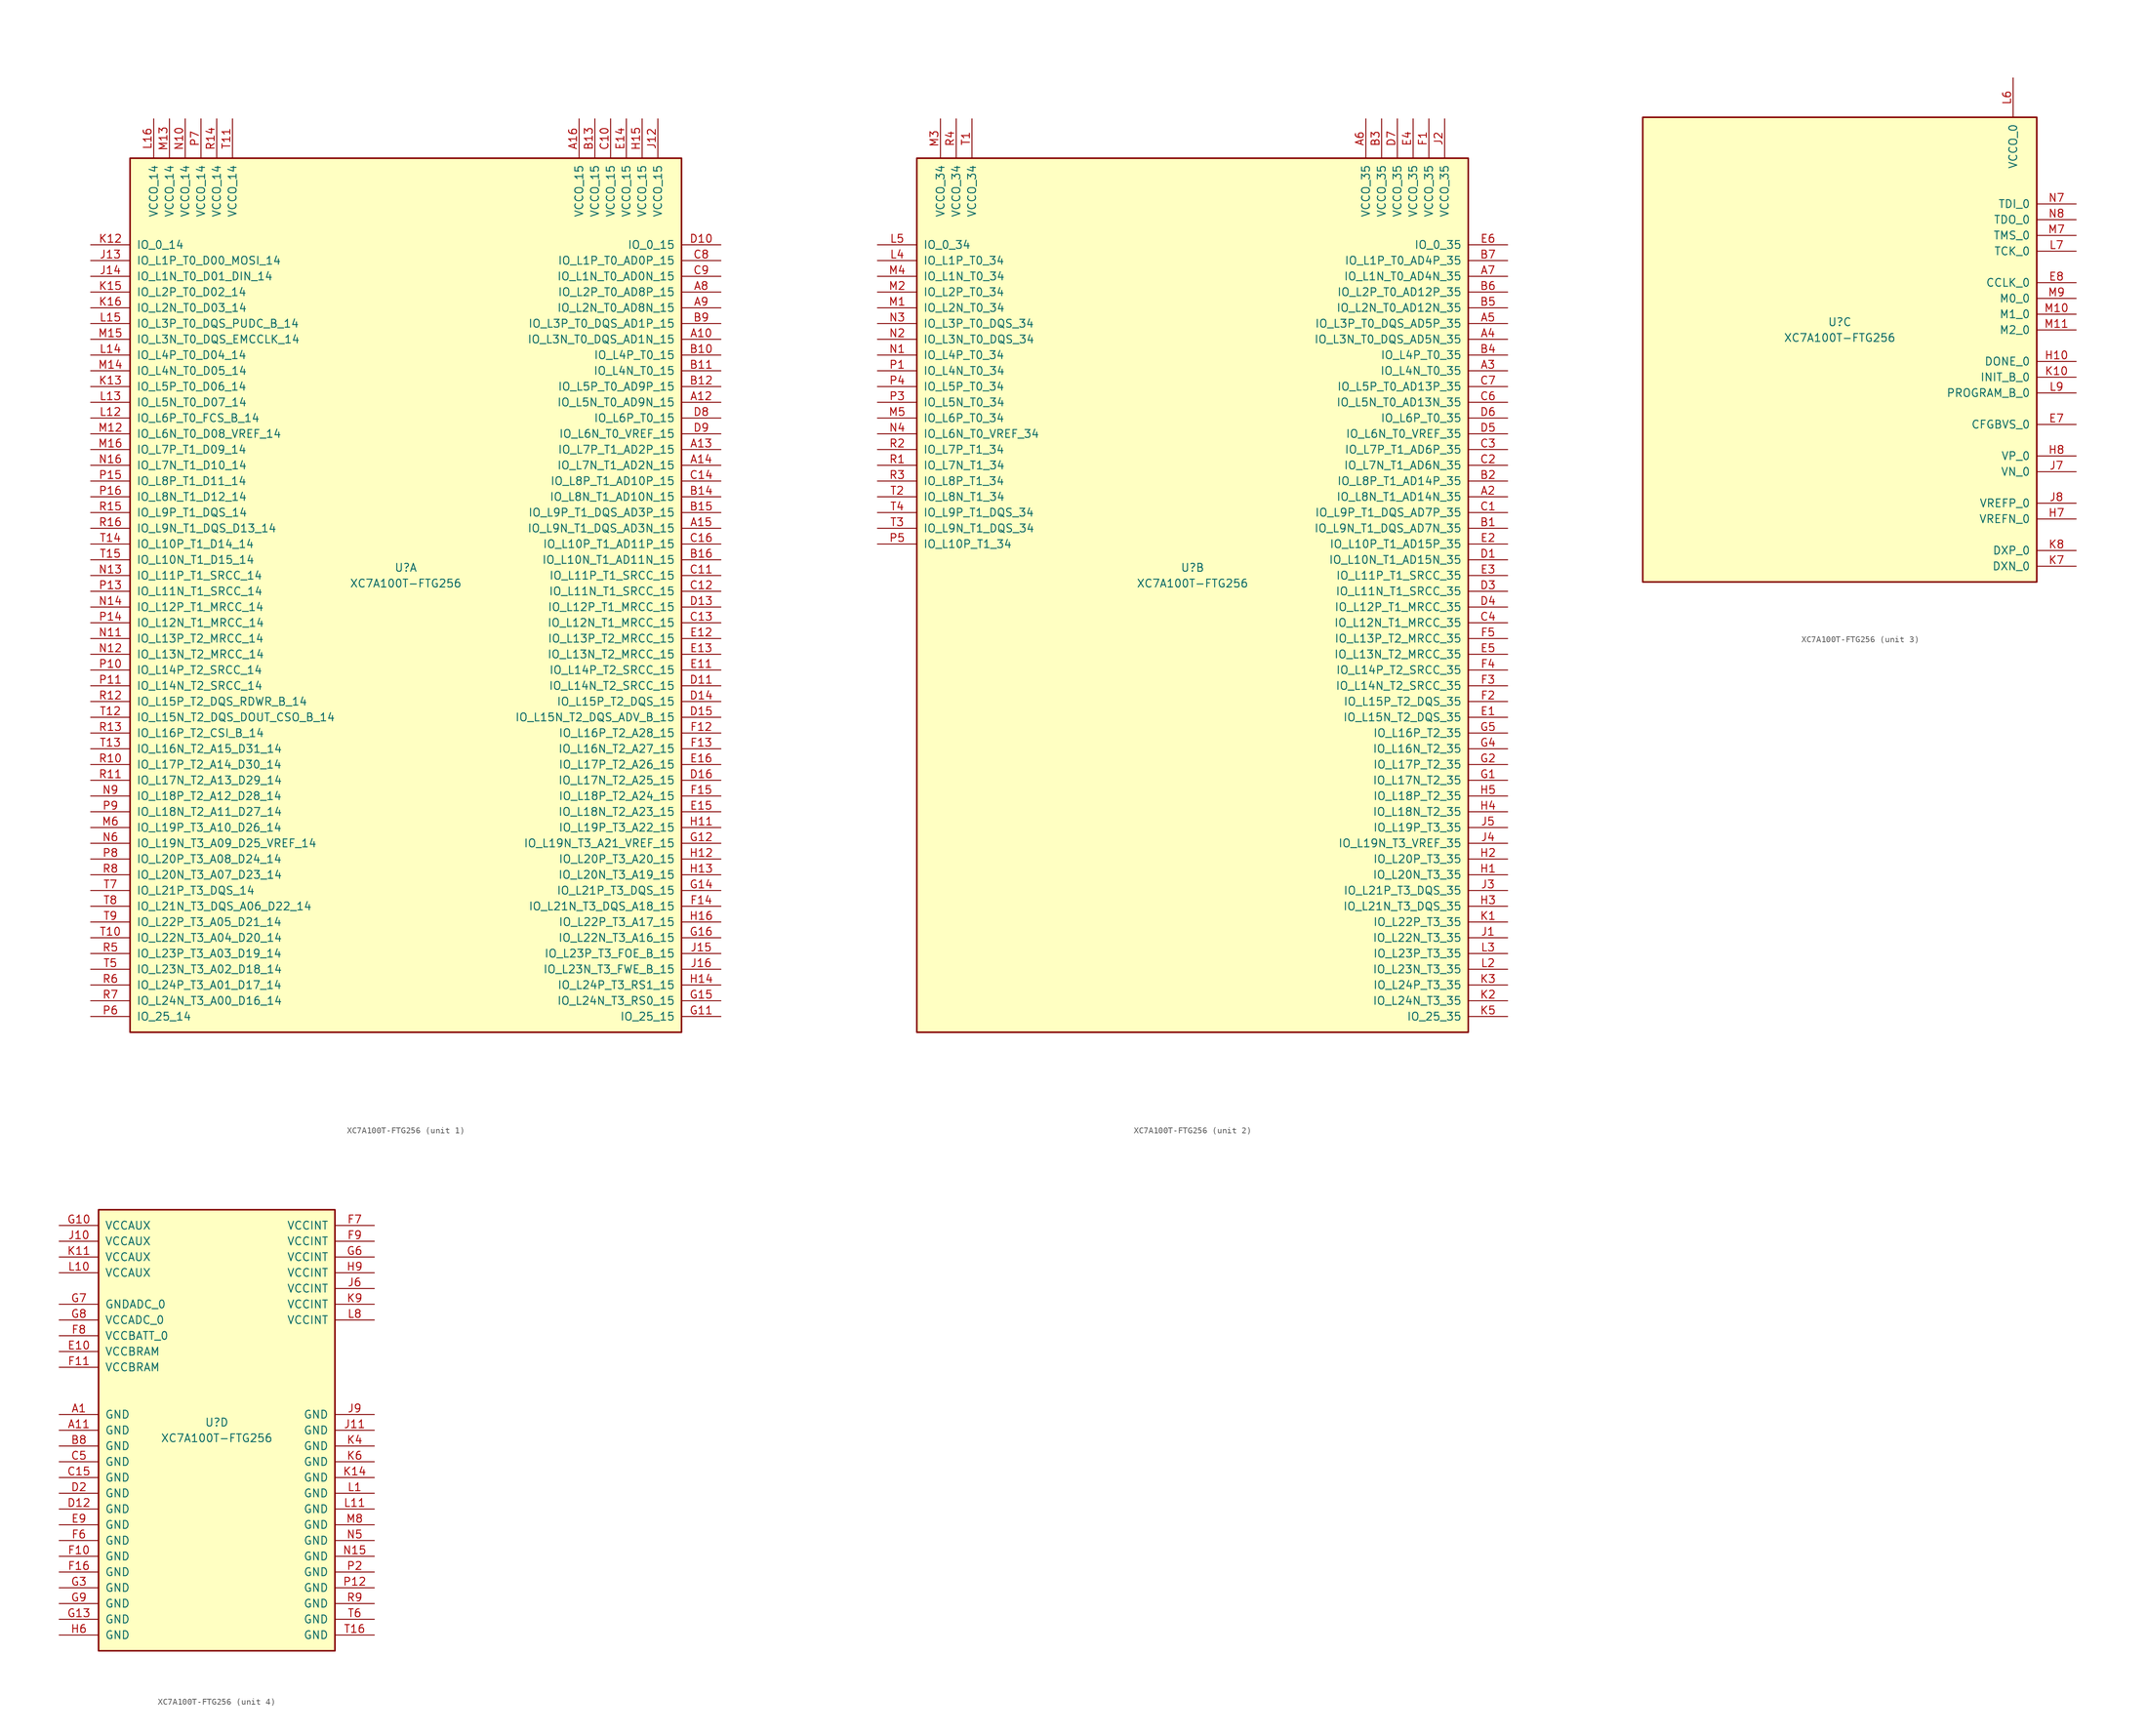
<source format=kicad_sym>
(kicad_symbol_lib
  (version 20201005)
  (generator kicad_symbol_editor)
  (symbol "FPGA_Xilinx_Artix7:XC7A100T-FTG256"
    (pin_names
      (offset 1.016))
    (property "Reference" "U"
      (at 0 1.27 0)
      (effects (font (size 1.27 1.27))))
    (property "Value" "XC7A100T-FTG256"
      (at 0 -1.27 0)
      (effects (font (size 1.27 1.27))))
    (property "Datasheet" ""
      (at 0 0 0)
      (effects (font (size 1.27 1.27))))
    (property "ki_locked" ""
      (at 0 0 0)
      (effects (font (size 1.27 1.27))))
    (symbol "XC7A100T-FTG256_1_1"
      (rectangle (start -44.45 67.31) (end 44.45 -73.66) (stroke (width 0.254)) (fill (type background)))
      (pin power_in line (at -40.64 73.66 270) (length 6.35) (name "VCCO_14" (effects (font (size 1.27 1.27)))) (number "L16" (effects (font (size 1.27 1.27)))))
      (pin power_in line (at -38.1 73.66 270) (length 6.35) (name "VCCO_14" (effects (font (size 1.27 1.27)))) (number "M13" (effects (font (size 1.27 1.27)))))
      (pin power_in line (at -35.56 73.66 270) (length 6.35) (name "VCCO_14" (effects (font (size 1.27 1.27)))) (number "N10" (effects (font (size 1.27 1.27)))))
      (pin power_in line (at -33.02 73.66 270) (length 6.35) (name "VCCO_14" (effects (font (size 1.27 1.27)))) (number "P7" (effects (font (size 1.27 1.27)))))
      (pin power_in line (at -30.48 73.66 270) (length 6.35) (name "VCCO_14" (effects (font (size 1.27 1.27)))) (number "R14" (effects (font (size 1.27 1.27)))))
      (pin power_in line (at -27.94 73.66 270) (length 6.35) (name "VCCO_14" (effects (font (size 1.27 1.27)))) (number "T11" (effects (font (size 1.27 1.27)))))
      (pin bidirectional line (at -50.8 53.34 0) (length 6.35) (name "IO_0_14" (effects (font (size 1.27 1.27)))) (number "K12" (effects (font (size 1.27 1.27)))))
      (pin bidirectional line (at -50.8 50.8 0) (length 6.35) (name "IO_L1P_T0_D00_MOSI_14" (effects (font (size 1.27 1.27)))) (number "J13" (effects (font (size 1.27 1.27)))))
      (pin bidirectional line (at -50.8 48.26 0) (length 6.35) (name "IO_L1N_T0_D01_DIN_14" (effects (font (size 1.27 1.27)))) (number "J14" (effects (font (size 1.27 1.27)))))
      (pin bidirectional line (at -50.8 45.72 0) (length 6.35) (name "IO_L2P_T0_D02_14" (effects (font (size 1.27 1.27)))) (number "K15" (effects (font (size 1.27 1.27)))))
      (pin bidirectional line (at -50.8 43.18 0) (length 6.35) (name "IO_L2N_T0_D03_14" (effects (font (size 1.27 1.27)))) (number "K16" (effects (font (size 1.27 1.27)))))
      (pin bidirectional line (at -50.8 40.64 0) (length 6.35) (name "IO_L3P_T0_DQS_PUDC_B_14" (effects (font (size 1.27 1.27)))) (number "L15" (effects (font (size 1.27 1.27)))))
      (pin bidirectional line (at -50.8 38.1 0) (length 6.35) (name "IO_L3N_T0_DQS_EMCCLK_14" (effects (font (size 1.27 1.27)))) (number "M15" (effects (font (size 1.27 1.27)))))
      (pin bidirectional line (at -50.8 35.56 0) (length 6.35) (name "IO_L4P_T0_D04_14" (effects (font (size 1.27 1.27)))) (number "L14" (effects (font (size 1.27 1.27)))))
      (pin bidirectional line (at -50.8 33.02 0) (length 6.35) (name "IO_L4N_T0_D05_14" (effects (font (size 1.27 1.27)))) (number "M14" (effects (font (size 1.27 1.27)))))
      (pin bidirectional line (at -50.8 30.48 0) (length 6.35) (name "IO_L5P_T0_D06_14" (effects (font (size 1.27 1.27)))) (number "K13" (effects (font (size 1.27 1.27)))))
      (pin bidirectional line (at -50.8 27.94 0) (length 6.35) (name "IO_L5N_T0_D07_14" (effects (font (size 1.27 1.27)))) (number "L13" (effects (font (size 1.27 1.27)))))
      (pin bidirectional line (at -50.8 25.4 0) (length 6.35) (name "IO_L6P_T0_FCS_B_14" (effects (font (size 1.27 1.27)))) (number "L12" (effects (font (size 1.27 1.27)))))
      (pin bidirectional line (at -50.8 22.86 0) (length 6.35) (name "IO_L6N_T0_D08_VREF_14" (effects (font (size 1.27 1.27)))) (number "M12" (effects (font (size 1.27 1.27)))))
      (pin bidirectional line (at -50.8 20.32 0) (length 6.35) (name "IO_L7P_T1_D09_14" (effects (font (size 1.27 1.27)))) (number "M16" (effects (font (size 1.27 1.27)))))
      (pin bidirectional line (at -50.8 17.78 0) (length 6.35) (name "IO_L7N_T1_D10_14" (effects (font (size 1.27 1.27)))) (number "N16" (effects (font (size 1.27 1.27)))))
      (pin bidirectional line (at -50.8 15.24 0) (length 6.35) (name "IO_L8P_T1_D11_14" (effects (font (size 1.27 1.27)))) (number "P15" (effects (font (size 1.27 1.27)))))
      (pin bidirectional line (at -50.8 12.7 0) (length 6.35) (name "IO_L8N_T1_D12_14" (effects (font (size 1.27 1.27)))) (number "P16" (effects (font (size 1.27 1.27)))))
      (pin bidirectional line (at -50.8 10.16 0) (length 6.35) (name "IO_L9P_T1_DQS_14" (effects (font (size 1.27 1.27)))) (number "R15" (effects (font (size 1.27 1.27)))))
      (pin bidirectional line (at -50.8 7.62 0) (length 6.35) (name "IO_L9N_T1_DQS_D13_14" (effects (font (size 1.27 1.27)))) (number "R16" (effects (font (size 1.27 1.27)))))
      (pin bidirectional line (at -50.8 5.08 0) (length 6.35) (name "IO_L10P_T1_D14_14" (effects (font (size 1.27 1.27)))) (number "T14" (effects (font (size 1.27 1.27)))))
      (pin bidirectional line (at -50.8 2.54 0) (length 6.35) (name "IO_L10N_T1_D15_14" (effects (font (size 1.27 1.27)))) (number "T15" (effects (font (size 1.27 1.27)))))
      (pin bidirectional line (at -50.8 0 0) (length 6.35) (name "IO_L11P_T1_SRCC_14" (effects (font (size 1.27 1.27)))) (number "N13" (effects (font (size 1.27 1.27)))))
      (pin bidirectional line (at -50.8 -2.54 0) (length 6.35) (name "IO_L11N_T1_SRCC_14" (effects (font (size 1.27 1.27)))) (number "P13" (effects (font (size 1.27 1.27)))))
      (pin bidirectional line (at -50.8 -5.08 0) (length 6.35) (name "IO_L12P_T1_MRCC_14" (effects (font (size 1.27 1.27)))) (number "N14" (effects (font (size 1.27 1.27)))))
      (pin bidirectional line (at -50.8 -7.62 0) (length 6.35) (name "IO_L12N_T1_MRCC_14" (effects (font (size 1.27 1.27)))) (number "P14" (effects (font (size 1.27 1.27)))))
      (pin bidirectional line (at -50.8 -10.16 0) (length 6.35) (name "IO_L13P_T2_MRCC_14" (effects (font (size 1.27 1.27)))) (number "N11" (effects (font (size 1.27 1.27)))))
      (pin bidirectional line (at -50.8 -12.7 0) (length 6.35) (name "IO_L13N_T2_MRCC_14" (effects (font (size 1.27 1.27)))) (number "N12" (effects (font (size 1.27 1.27)))))
      (pin bidirectional line (at -50.8 -15.24 0) (length 6.35) (name "IO_L14P_T2_SRCC_14" (effects (font (size 1.27 1.27)))) (number "P10" (effects (font (size 1.27 1.27)))))
      (pin bidirectional line (at -50.8 -17.78 0) (length 6.35) (name "IO_L14N_T2_SRCC_14" (effects (font (size 1.27 1.27)))) (number "P11" (effects (font (size 1.27 1.27)))))
      (pin bidirectional line (at -50.8 -20.32 0) (length 6.35) (name "IO_L15P_T2_DQS_RDWR_B_14" (effects (font (size 1.27 1.27)))) (number "R12" (effects (font (size 1.27 1.27)))))
      (pin bidirectional line (at -50.8 -22.86 0) (length 6.35) (name "IO_L15N_T2_DQS_DOUT_CSO_B_14" (effects (font (size 1.27 1.27)))) (number "T12" (effects (font (size 1.27 1.27)))))
      (pin bidirectional line (at -50.8 -25.4 0) (length 6.35) (name "IO_L16P_T2_CSI_B_14" (effects (font (size 1.27 1.27)))) (number "R13" (effects (font (size 1.27 1.27)))))
      (pin bidirectional line (at -50.8 -27.94 0) (length 6.35) (name "IO_L16N_T2_A15_D31_14" (effects (font (size 1.27 1.27)))) (number "T13" (effects (font (size 1.27 1.27)))))
      (pin bidirectional line (at -50.8 -30.48 0) (length 6.35) (name "IO_L17P_T2_A14_D30_14" (effects (font (size 1.27 1.27)))) (number "R10" (effects (font (size 1.27 1.27)))))
      (pin bidirectional line (at -50.8 -33.02 0) (length 6.35) (name "IO_L17N_T2_A13_D29_14" (effects (font (size 1.27 1.27)))) (number "R11" (effects (font (size 1.27 1.27)))))
      (pin bidirectional line (at -50.8 -35.56 0) (length 6.35) (name "IO_L18P_T2_A12_D28_14" (effects (font (size 1.27 1.27)))) (number "N9" (effects (font (size 1.27 1.27)))))
      (pin bidirectional line (at -50.8 -38.1 0) (length 6.35) (name "IO_L18N_T2_A11_D27_14" (effects (font (size 1.27 1.27)))) (number "P9" (effects (font (size 1.27 1.27)))))
      (pin bidirectional line (at -50.8 -40.64 0) (length 6.35) (name "IO_L19P_T3_A10_D26_14" (effects (font (size 1.27 1.27)))) (number "M6" (effects (font (size 1.27 1.27)))))
      (pin bidirectional line (at -50.8 -43.18 0) (length 6.35) (name "IO_L19N_T3_A09_D25_VREF_14" (effects (font (size 1.27 1.27)))) (number "N6" (effects (font (size 1.27 1.27)))))
      (pin bidirectional line (at -50.8 -45.72 0) (length 6.35) (name "IO_L20P_T3_A08_D24_14" (effects (font (size 1.27 1.27)))) (number "P8" (effects (font (size 1.27 1.27)))))
      (pin bidirectional line (at -50.8 -48.26 0) (length 6.35) (name "IO_L20N_T3_A07_D23_14" (effects (font (size 1.27 1.27)))) (number "R8" (effects (font (size 1.27 1.27)))))
      (pin bidirectional line (at -50.8 -50.8 0) (length 6.35) (name "IO_L21P_T3_DQS_14" (effects (font (size 1.27 1.27)))) (number "T7" (effects (font (size 1.27 1.27)))))
      (pin bidirectional line (at -50.8 -53.34 0) (length 6.35) (name "IO_L21N_T3_DQS_A06_D22_14" (effects (font (size 1.27 1.27)))) (number "T8" (effects (font (size 1.27 1.27)))))
      (pin bidirectional line (at -50.8 -55.88 0) (length 6.35) (name "IO_L22P_T3_A05_D21_14" (effects (font (size 1.27 1.27)))) (number "T9" (effects (font (size 1.27 1.27)))))
      (pin bidirectional line (at -50.8 -58.42 0) (length 6.35) (name "IO_L22N_T3_A04_D20_14" (effects (font (size 1.27 1.27)))) (number "T10" (effects (font (size 1.27 1.27)))))
      (pin bidirectional line (at -50.8 -60.96 0) (length 6.35) (name "IO_L23P_T3_A03_D19_14" (effects (font (size 1.27 1.27)))) (number "R5" (effects (font (size 1.27 1.27)))))
      (pin bidirectional line (at -50.8 -63.5 0) (length 6.35) (name "IO_L23N_T3_A02_D18_14" (effects (font (size 1.27 1.27)))) (number "T5" (effects (font (size 1.27 1.27)))))
      (pin bidirectional line (at -50.8 -66.04 0) (length 6.35) (name "IO_L24P_T3_A01_D17_14" (effects (font (size 1.27 1.27)))) (number "R6" (effects (font (size 1.27 1.27)))))
      (pin bidirectional line (at -50.8 -68.58 0) (length 6.35) (name "IO_L24N_T3_A00_D16_14" (effects (font (size 1.27 1.27)))) (number "R7" (effects (font (size 1.27 1.27)))))
      (pin bidirectional line (at -50.8 -71.12 0) (length 6.35) (name "IO_25_14" (effects (font (size 1.27 1.27)))) (number "P6" (effects (font (size 1.27 1.27)))))
      (pin power_in line (at 27.94 73.66 270) (length 6.35) (name "VCCO_15" (effects (font (size 1.27 1.27)))) (number "A16" (effects (font (size 1.27 1.27)))))
      (pin power_in line (at 30.48 73.66 270) (length 6.35) (name "VCCO_15" (effects (font (size 1.27 1.27)))) (number "B13" (effects (font (size 1.27 1.27)))))
      (pin power_in line (at 33.02 73.66 270) (length 6.35) (name "VCCO_15" (effects (font (size 1.27 1.27)))) (number "C10" (effects (font (size 1.27 1.27)))))
      (pin power_in line (at 35.56 73.66 270) (length 6.35) (name "VCCO_15" (effects (font (size 1.27 1.27)))) (number "E14" (effects (font (size 1.27 1.27)))))
      (pin power_in line (at 38.1 73.66 270) (length 6.35) (name "VCCO_15" (effects (font (size 1.27 1.27)))) (number "H15" (effects (font (size 1.27 1.27)))))
      (pin power_in line (at 40.64 73.66 270) (length 6.35) (name "VCCO_15" (effects (font (size 1.27 1.27)))) (number "J12" (effects (font (size 1.27 1.27)))))
      (pin bidirectional line (at 50.8 53.34 180) (length 6.35) (name "IO_0_15" (effects (font (size 1.27 1.27)))) (number "D10" (effects (font (size 1.27 1.27)))))
      (pin bidirectional line (at 50.8 50.8 180) (length 6.35) (name "IO_L1P_T0_AD0P_15" (effects (font (size 1.27 1.27)))) (number "C8" (effects (font (size 1.27 1.27)))))
      (pin bidirectional line (at 50.8 48.26 180) (length 6.35) (name "IO_L1N_T0_AD0N_15" (effects (font (size 1.27 1.27)))) (number "C9" (effects (font (size 1.27 1.27)))))
      (pin bidirectional line (at 50.8 45.72 180) (length 6.35) (name "IO_L2P_T0_AD8P_15" (effects (font (size 1.27 1.27)))) (number "A8" (effects (font (size 1.27 1.27)))))
      (pin bidirectional line (at 50.8 43.18 180) (length 6.35) (name "IO_L2N_T0_AD8N_15" (effects (font (size 1.27 1.27)))) (number "A9" (effects (font (size 1.27 1.27)))))
      (pin bidirectional line (at 50.8 40.64 180) (length 6.35) (name "IO_L3P_T0_DQS_AD1P_15" (effects (font (size 1.27 1.27)))) (number "B9" (effects (font (size 1.27 1.27)))))
      (pin bidirectional line (at 50.8 38.1 180) (length 6.35) (name "IO_L3N_T0_DQS_AD1N_15" (effects (font (size 1.27 1.27)))) (number "A10" (effects (font (size 1.27 1.27)))))
      (pin bidirectional line (at 50.8 35.56 180) (length 6.35) (name "IO_L4P_T0_15" (effects (font (size 1.27 1.27)))) (number "B10" (effects (font (size 1.27 1.27)))))
      (pin bidirectional line (at 50.8 33.02 180) (length 6.35) (name "IO_L4N_T0_15" (effects (font (size 1.27 1.27)))) (number "B11" (effects (font (size 1.27 1.27)))))
      (pin bidirectional line (at 50.8 30.48 180) (length 6.35) (name "IO_L5P_T0_AD9P_15" (effects (font (size 1.27 1.27)))) (number "B12" (effects (font (size 1.27 1.27)))))
      (pin bidirectional line (at 50.8 27.94 180) (length 6.35) (name "IO_L5N_T0_AD9N_15" (effects (font (size 1.27 1.27)))) (number "A12" (effects (font (size 1.27 1.27)))))
      (pin bidirectional line (at 50.8 25.4 180) (length 6.35) (name "IO_L6P_T0_15" (effects (font (size 1.27 1.27)))) (number "D8" (effects (font (size 1.27 1.27)))))
      (pin bidirectional line (at 50.8 22.86 180) (length 6.35) (name "IO_L6N_T0_VREF_15" (effects (font (size 1.27 1.27)))) (number "D9" (effects (font (size 1.27 1.27)))))
      (pin bidirectional line (at 50.8 20.32 180) (length 6.35) (name "IO_L7P_T1_AD2P_15" (effects (font (size 1.27 1.27)))) (number "A13" (effects (font (size 1.27 1.27)))))
      (pin bidirectional line (at 50.8 17.78 180) (length 6.35) (name "IO_L7N_T1_AD2N_15" (effects (font (size 1.27 1.27)))) (number "A14" (effects (font (size 1.27 1.27)))))
      (pin bidirectional line (at 50.8 15.24 180) (length 6.35) (name "IO_L8P_T1_AD10P_15" (effects (font (size 1.27 1.27)))) (number "C14" (effects (font (size 1.27 1.27)))))
      (pin bidirectional line (at 50.8 12.7 180) (length 6.35) (name "IO_L8N_T1_AD10N_15" (effects (font (size 1.27 1.27)))) (number "B14" (effects (font (size 1.27 1.27)))))
      (pin bidirectional line (at 50.8 10.16 180) (length 6.35) (name "IO_L9P_T1_DQS_AD3P_15" (effects (font (size 1.27 1.27)))) (number "B15" (effects (font (size 1.27 1.27)))))
      (pin bidirectional line (at 50.8 7.62 180) (length 6.35) (name "IO_L9N_T1_DQS_AD3N_15" (effects (font (size 1.27 1.27)))) (number "A15" (effects (font (size 1.27 1.27)))))
      (pin bidirectional line (at 50.8 5.08 180) (length 6.35) (name "IO_L10P_T1_AD11P_15" (effects (font (size 1.27 1.27)))) (number "C16" (effects (font (size 1.27 1.27)))))
      (pin bidirectional line (at 50.8 2.54 180) (length 6.35) (name "IO_L10N_T1_AD11N_15" (effects (font (size 1.27 1.27)))) (number "B16" (effects (font (size 1.27 1.27)))))
      (pin bidirectional line (at 50.8 0 180) (length 6.35) (name "IO_L11P_T1_SRCC_15" (effects (font (size 1.27 1.27)))) (number "C11" (effects (font (size 1.27 1.27)))))
      (pin bidirectional line (at 50.8 -2.54 180) (length 6.35) (name "IO_L11N_T1_SRCC_15" (effects (font (size 1.27 1.27)))) (number "C12" (effects (font (size 1.27 1.27)))))
      (pin bidirectional line (at 50.8 -5.08 180) (length 6.35) (name "IO_L12P_T1_MRCC_15" (effects (font (size 1.27 1.27)))) (number "D13" (effects (font (size 1.27 1.27)))))
      (pin bidirectional line (at 50.8 -7.62 180) (length 6.35) (name "IO_L12N_T1_MRCC_15" (effects (font (size 1.27 1.27)))) (number "C13" (effects (font (size 1.27 1.27)))))
      (pin bidirectional line (at 50.8 -10.16 180) (length 6.35) (name "IO_L13P_T2_MRCC_15" (effects (font (size 1.27 1.27)))) (number "E12" (effects (font (size 1.27 1.27)))))
      (pin bidirectional line (at 50.8 -12.7 180) (length 6.35) (name "IO_L13N_T2_MRCC_15" (effects (font (size 1.27 1.27)))) (number "E13" (effects (font (size 1.27 1.27)))))
      (pin bidirectional line (at 50.8 -15.24 180) (length 6.35) (name "IO_L14P_T2_SRCC_15" (effects (font (size 1.27 1.27)))) (number "E11" (effects (font (size 1.27 1.27)))))
      (pin bidirectional line (at 50.8 -17.78 180) (length 6.35) (name "IO_L14N_T2_SRCC_15" (effects (font (size 1.27 1.27)))) (number "D11" (effects (font (size 1.27 1.27)))))
      (pin bidirectional line (at 50.8 -20.32 180) (length 6.35) (name "IO_L15P_T2_DQS_15" (effects (font (size 1.27 1.27)))) (number "D14" (effects (font (size 1.27 1.27)))))
      (pin bidirectional line (at 50.8 -22.86 180) (length 6.35) (name "IO_L15N_T2_DQS_ADV_B_15" (effects (font (size 1.27 1.27)))) (number "D15" (effects (font (size 1.27 1.27)))))
      (pin bidirectional line (at 50.8 -25.4 180) (length 6.35) (name "IO_L16P_T2_A28_15" (effects (font (size 1.27 1.27)))) (number "F12" (effects (font (size 1.27 1.27)))))
      (pin bidirectional line (at 50.8 -27.94 180) (length 6.35) (name "IO_L16N_T2_A27_15" (effects (font (size 1.27 1.27)))) (number "F13" (effects (font (size 1.27 1.27)))))
      (pin bidirectional line (at 50.8 -30.48 180) (length 6.35) (name "IO_L17P_T2_A26_15" (effects (font (size 1.27 1.27)))) (number "E16" (effects (font (size 1.27 1.27)))))
      (pin bidirectional line (at 50.8 -33.02 180) (length 6.35) (name "IO_L17N_T2_A25_15" (effects (font (size 1.27 1.27)))) (number "D16" (effects (font (size 1.27 1.27)))))
      (pin bidirectional line (at 50.8 -35.56 180) (length 6.35) (name "IO_L18P_T2_A24_15" (effects (font (size 1.27 1.27)))) (number "F15" (effects (font (size 1.27 1.27)))))
      (pin bidirectional line (at 50.8 -38.1 180) (length 6.35) (name "IO_L18N_T2_A23_15" (effects (font (size 1.27 1.27)))) (number "E15" (effects (font (size 1.27 1.27)))))
      (pin bidirectional line (at 50.8 -40.64 180) (length 6.35) (name "IO_L19P_T3_A22_15" (effects (font (size 1.27 1.27)))) (number "H11" (effects (font (size 1.27 1.27)))))
      (pin bidirectional line (at 50.8 -43.18 180) (length 6.35) (name "IO_L19N_T3_A21_VREF_15" (effects (font (size 1.27 1.27)))) (number "G12" (effects (font (size 1.27 1.27)))))
      (pin bidirectional line (at 50.8 -45.72 180) (length 6.35) (name "IO_L20P_T3_A20_15" (effects (font (size 1.27 1.27)))) (number "H12" (effects (font (size 1.27 1.27)))))
      (pin bidirectional line (at 50.8 -48.26 180) (length 6.35) (name "IO_L20N_T3_A19_15" (effects (font (size 1.27 1.27)))) (number "H13" (effects (font (size 1.27 1.27)))))
      (pin bidirectional line (at 50.8 -50.8 180) (length 6.35) (name "IO_L21P_T3_DQS_15" (effects (font (size 1.27 1.27)))) (number "G14" (effects (font (size 1.27 1.27)))))
      (pin bidirectional line (at 50.8 -53.34 180) (length 6.35) (name "IO_L21N_T3_DQS_A18_15" (effects (font (size 1.27 1.27)))) (number "F14" (effects (font (size 1.27 1.27)))))
      (pin bidirectional line (at 50.8 -55.88 180) (length 6.35) (name "IO_L22P_T3_A17_15" (effects (font (size 1.27 1.27)))) (number "H16" (effects (font (size 1.27 1.27)))))
      (pin bidirectional line (at 50.8 -58.42 180) (length 6.35) (name "IO_L22N_T3_A16_15" (effects (font (size 1.27 1.27)))) (number "G16" (effects (font (size 1.27 1.27)))))
      (pin bidirectional line (at 50.8 -60.96 180) (length 6.35) (name "IO_L23P_T3_FOE_B_15" (effects (font (size 1.27 1.27)))) (number "J15" (effects (font (size 1.27 1.27)))))
      (pin bidirectional line (at 50.8 -63.5 180) (length 6.35) (name "IO_L23N_T3_FWE_B_15" (effects (font (size 1.27 1.27)))) (number "J16" (effects (font (size 1.27 1.27)))))
      (pin bidirectional line (at 50.8 -66.04 180) (length 6.35) (name "IO_L24P_T3_RS1_15" (effects (font (size 1.27 1.27)))) (number "H14" (effects (font (size 1.27 1.27)))))
      (pin bidirectional line (at 50.8 -68.58 180) (length 6.35) (name "IO_L24N_T3_RS0_15" (effects (font (size 1.27 1.27)))) (number "G15" (effects (font (size 1.27 1.27)))))
      (pin bidirectional line (at 50.8 -71.12 180) (length 6.35) (name "IO_25_15" (effects (font (size 1.27 1.27)))) (number "G11" (effects (font (size 1.27 1.27))))))
    (symbol "XC7A100T-FTG256_2_1"
      (rectangle (start -44.45 67.31) (end 44.45 -73.66) (stroke (width 0.254)) (fill (type background)))
      (pin power_in line (at -40.64 73.66 270) (length 6.35) (name "VCCO_34" (effects (font (size 1.27 1.27)))) (number "M3" (effects (font (size 1.27 1.27)))))
      (pin power_in line (at -38.1 73.66 270) (length 6.35) (name "VCCO_34" (effects (font (size 1.27 1.27)))) (number "R4" (effects (font (size 1.27 1.27)))))
      (pin power_in line (at -35.56 73.66 270) (length 6.35) (name "VCCO_34" (effects (font (size 1.27 1.27)))) (number "T1" (effects (font (size 1.27 1.27)))))
      (pin bidirectional line (at -50.8 53.34 0) (length 6.35) (name "IO_0_34" (effects (font (size 1.27 1.27)))) (number "L5" (effects (font (size 1.27 1.27)))))
      (pin bidirectional line (at -50.8 50.8 0) (length 6.35) (name "IO_L1P_T0_34" (effects (font (size 1.27 1.27)))) (number "L4" (effects (font (size 1.27 1.27)))))
      (pin bidirectional line (at -50.8 48.26 0) (length 6.35) (name "IO_L1N_T0_34" (effects (font (size 1.27 1.27)))) (number "M4" (effects (font (size 1.27 1.27)))))
      (pin bidirectional line (at -50.8 45.72 0) (length 6.35) (name "IO_L2P_T0_34" (effects (font (size 1.27 1.27)))) (number "M2" (effects (font (size 1.27 1.27)))))
      (pin bidirectional line (at -50.8 43.18 0) (length 6.35) (name "IO_L2N_T0_34" (effects (font (size 1.27 1.27)))) (number "M1" (effects (font (size 1.27 1.27)))))
      (pin bidirectional line (at -50.8 40.64 0) (length 6.35) (name "IO_L3P_T0_DQS_34" (effects (font (size 1.27 1.27)))) (number "N3" (effects (font (size 1.27 1.27)))))
      (pin bidirectional line (at -50.8 38.1 0) (length 6.35) (name "IO_L3N_T0_DQS_34" (effects (font (size 1.27 1.27)))) (number "N2" (effects (font (size 1.27 1.27)))))
      (pin bidirectional line (at -50.8 35.56 0) (length 6.35) (name "IO_L4P_T0_34" (effects (font (size 1.27 1.27)))) (number "N1" (effects (font (size 1.27 1.27)))))
      (pin bidirectional line (at -50.8 33.02 0) (length 6.35) (name "IO_L4N_T0_34" (effects (font (size 1.27 1.27)))) (number "P1" (effects (font (size 1.27 1.27)))))
      (pin bidirectional line (at -50.8 30.48 0) (length 6.35) (name "IO_L5P_T0_34" (effects (font (size 1.27 1.27)))) (number "P4" (effects (font (size 1.27 1.27)))))
      (pin bidirectional line (at -50.8 27.94 0) (length 6.35) (name "IO_L5N_T0_34" (effects (font (size 1.27 1.27)))) (number "P3" (effects (font (size 1.27 1.27)))))
      (pin bidirectional line (at -50.8 25.4 0) (length 6.35) (name "IO_L6P_T0_34" (effects (font (size 1.27 1.27)))) (number "M5" (effects (font (size 1.27 1.27)))))
      (pin bidirectional line (at -50.8 22.86 0) (length 6.35) (name "IO_L6N_T0_VREF_34" (effects (font (size 1.27 1.27)))) (number "N4" (effects (font (size 1.27 1.27)))))
      (pin bidirectional line (at -50.8 20.32 0) (length 6.35) (name "IO_L7P_T1_34" (effects (font (size 1.27 1.27)))) (number "R2" (effects (font (size 1.27 1.27)))))
      (pin bidirectional line (at -50.8 17.78 0) (length 6.35) (name "IO_L7N_T1_34" (effects (font (size 1.27 1.27)))) (number "R1" (effects (font (size 1.27 1.27)))))
      (pin bidirectional line (at -50.8 15.24 0) (length 6.35) (name "IO_L8P_T1_34" (effects (font (size 1.27 1.27)))) (number "R3" (effects (font (size 1.27 1.27)))))
      (pin bidirectional line (at -50.8 12.7 0) (length 6.35) (name "IO_L8N_T1_34" (effects (font (size 1.27 1.27)))) (number "T2" (effects (font (size 1.27 1.27)))))
      (pin bidirectional line (at -50.8 10.16 0) (length 6.35) (name "IO_L9P_T1_DQS_34" (effects (font (size 1.27 1.27)))) (number "T4" (effects (font (size 1.27 1.27)))))
      (pin bidirectional line (at -50.8 7.62 0) (length 6.35) (name "IO_L9N_T1_DQS_34" (effects (font (size 1.27 1.27)))) (number "T3" (effects (font (size 1.27 1.27)))))
      (pin bidirectional line (at -50.8 5.08 0) (length 6.35) (name "IO_L10P_T1_34" (effects (font (size 1.27 1.27)))) (number "P5" (effects (font (size 1.27 1.27)))))
      (pin power_in line (at 27.94 73.66 270) (length 6.35) (name "VCCO_35" (effects (font (size 1.27 1.27)))) (number "A6" (effects (font (size 1.27 1.27)))))
      (pin power_in line (at 30.48 73.66 270) (length 6.35) (name "VCCO_35" (effects (font (size 1.27 1.27)))) (number "B3" (effects (font (size 1.27 1.27)))))
      (pin power_in line (at 33.02 73.66 270) (length 6.35) (name "VCCO_35" (effects (font (size 1.27 1.27)))) (number "D7" (effects (font (size 1.27 1.27)))))
      (pin power_in line (at 35.56 73.66 270) (length 6.35) (name "VCCO_35" (effects (font (size 1.27 1.27)))) (number "E4" (effects (font (size 1.27 1.27)))))
      (pin power_in line (at 38.1 73.66 270) (length 6.35) (name "VCCO_35" (effects (font (size 1.27 1.27)))) (number "F1" (effects (font (size 1.27 1.27)))))
      (pin power_in line (at 40.64 73.66 270) (length 6.35) (name "VCCO_35" (effects (font (size 1.27 1.27)))) (number "J2" (effects (font (size 1.27 1.27)))))
      (pin bidirectional line (at 50.8 53.34 180) (length 6.35) (name "IO_0_35" (effects (font (size 1.27 1.27)))) (number "E6" (effects (font (size 1.27 1.27)))))
      (pin bidirectional line (at 50.8 50.8 180) (length 6.35) (name "IO_L1P_T0_AD4P_35" (effects (font (size 1.27 1.27)))) (number "B7" (effects (font (size 1.27 1.27)))))
      (pin bidirectional line (at 50.8 48.26 180) (length 6.35) (name "IO_L1N_T0_AD4N_35" (effects (font (size 1.27 1.27)))) (number "A7" (effects (font (size 1.27 1.27)))))
      (pin bidirectional line (at 50.8 45.72 180) (length 6.35) (name "IO_L2P_T0_AD12P_35" (effects (font (size 1.27 1.27)))) (number "B6" (effects (font (size 1.27 1.27)))))
      (pin bidirectional line (at 50.8 43.18 180) (length 6.35) (name "IO_L2N_T0_AD12N_35" (effects (font (size 1.27 1.27)))) (number "B5" (effects (font (size 1.27 1.27)))))
      (pin bidirectional line (at 50.8 40.64 180) (length 6.35) (name "IO_L3P_T0_DQS_AD5P_35" (effects (font (size 1.27 1.27)))) (number "A5" (effects (font (size 1.27 1.27)))))
      (pin bidirectional line (at 50.8 38.1 180) (length 6.35) (name "IO_L3N_T0_DQS_AD5N_35" (effects (font (size 1.27 1.27)))) (number "A4" (effects (font (size 1.27 1.27)))))
      (pin bidirectional line (at 50.8 35.56 180) (length 6.35) (name "IO_L4P_T0_35" (effects (font (size 1.27 1.27)))) (number "B4" (effects (font (size 1.27 1.27)))))
      (pin bidirectional line (at 50.8 33.02 180) (length 6.35) (name "IO_L4N_T0_35" (effects (font (size 1.27 1.27)))) (number "A3" (effects (font (size 1.27 1.27)))))
      (pin bidirectional line (at 50.8 30.48 180) (length 6.35) (name "IO_L5P_T0_AD13P_35" (effects (font (size 1.27 1.27)))) (number "C7" (effects (font (size 1.27 1.27)))))
      (pin bidirectional line (at 50.8 27.94 180) (length 6.35) (name "IO_L5N_T0_AD13N_35" (effects (font (size 1.27 1.27)))) (number "C6" (effects (font (size 1.27 1.27)))))
      (pin bidirectional line (at 50.8 25.4 180) (length 6.35) (name "IO_L6P_T0_35" (effects (font (size 1.27 1.27)))) (number "D6" (effects (font (size 1.27 1.27)))))
      (pin bidirectional line (at 50.8 22.86 180) (length 6.35) (name "IO_L6N_T0_VREF_35" (effects (font (size 1.27 1.27)))) (number "D5" (effects (font (size 1.27 1.27)))))
      (pin bidirectional line (at 50.8 20.32 180) (length 6.35) (name "IO_L7P_T1_AD6P_35" (effects (font (size 1.27 1.27)))) (number "C3" (effects (font (size 1.27 1.27)))))
      (pin bidirectional line (at 50.8 17.78 180) (length 6.35) (name "IO_L7N_T1_AD6N_35" (effects (font (size 1.27 1.27)))) (number "C2" (effects (font (size 1.27 1.27)))))
      (pin bidirectional line (at 50.8 15.24 180) (length 6.35) (name "IO_L8P_T1_AD14P_35" (effects (font (size 1.27 1.27)))) (number "B2" (effects (font (size 1.27 1.27)))))
      (pin bidirectional line (at 50.8 12.7 180) (length 6.35) (name "IO_L8N_T1_AD14N_35" (effects (font (size 1.27 1.27)))) (number "A2" (effects (font (size 1.27 1.27)))))
      (pin bidirectional line (at 50.8 10.16 180) (length 6.35) (name "IO_L9P_T1_DQS_AD7P_35" (effects (font (size 1.27 1.27)))) (number "C1" (effects (font (size 1.27 1.27)))))
      (pin bidirectional line (at 50.8 7.62 180) (length 6.35) (name "IO_L9N_T1_DQS_AD7N_35" (effects (font (size 1.27 1.27)))) (number "B1" (effects (font (size 1.27 1.27)))))
      (pin bidirectional line (at 50.8 5.08 180) (length 6.35) (name "IO_L10P_T1_AD15P_35" (effects (font (size 1.27 1.27)))) (number "E2" (effects (font (size 1.27 1.27)))))
      (pin bidirectional line (at 50.8 2.54 180) (length 6.35) (name "IO_L10N_T1_AD15N_35" (effects (font (size 1.27 1.27)))) (number "D1" (effects (font (size 1.27 1.27)))))
      (pin bidirectional line (at 50.8 0 180) (length 6.35) (name "IO_L11P_T1_SRCC_35" (effects (font (size 1.27 1.27)))) (number "E3" (effects (font (size 1.27 1.27)))))
      (pin bidirectional line (at 50.8 -2.54 180) (length 6.35) (name "IO_L11N_T1_SRCC_35" (effects (font (size 1.27 1.27)))) (number "D3" (effects (font (size 1.27 1.27)))))
      (pin bidirectional line (at 50.8 -5.08 180) (length 6.35) (name "IO_L12P_T1_MRCC_35" (effects (font (size 1.27 1.27)))) (number "D4" (effects (font (size 1.27 1.27)))))
      (pin bidirectional line (at 50.8 -7.62 180) (length 6.35) (name "IO_L12N_T1_MRCC_35" (effects (font (size 1.27 1.27)))) (number "C4" (effects (font (size 1.27 1.27)))))
      (pin bidirectional line (at 50.8 -10.16 180) (length 6.35) (name "IO_L13P_T2_MRCC_35" (effects (font (size 1.27 1.27)))) (number "F5" (effects (font (size 1.27 1.27)))))
      (pin bidirectional line (at 50.8 -12.7 180) (length 6.35) (name "IO_L13N_T2_MRCC_35" (effects (font (size 1.27 1.27)))) (number "E5" (effects (font (size 1.27 1.27)))))
      (pin bidirectional line (at 50.8 -15.24 180) (length 6.35) (name "IO_L14P_T2_SRCC_35" (effects (font (size 1.27 1.27)))) (number "F4" (effects (font (size 1.27 1.27)))))
      (pin bidirectional line (at 50.8 -17.78 180) (length 6.35) (name "IO_L14N_T2_SRCC_35" (effects (font (size 1.27 1.27)))) (number "F3" (effects (font (size 1.27 1.27)))))
      (pin bidirectional line (at 50.8 -20.32 180) (length 6.35) (name "IO_L15P_T2_DQS_35" (effects (font (size 1.27 1.27)))) (number "F2" (effects (font (size 1.27 1.27)))))
      (pin bidirectional line (at 50.8 -22.86 180) (length 6.35) (name "IO_L15N_T2_DQS_35" (effects (font (size 1.27 1.27)))) (number "E1" (effects (font (size 1.27 1.27)))))
      (pin bidirectional line (at 50.8 -25.4 180) (length 6.35) (name "IO_L16P_T2_35" (effects (font (size 1.27 1.27)))) (number "G5" (effects (font (size 1.27 1.27)))))
      (pin bidirectional line (at 50.8 -27.94 180) (length 6.35) (name "IO_L16N_T2_35" (effects (font (size 1.27 1.27)))) (number "G4" (effects (font (size 1.27 1.27)))))
      (pin bidirectional line (at 50.8 -30.48 180) (length 6.35) (name "IO_L17P_T2_35" (effects (font (size 1.27 1.27)))) (number "G2" (effects (font (size 1.27 1.27)))))
      (pin bidirectional line (at 50.8 -33.02 180) (length 6.35) (name "IO_L17N_T2_35" (effects (font (size 1.27 1.27)))) (number "G1" (effects (font (size 1.27 1.27)))))
      (pin bidirectional line (at 50.8 -35.56 180) (length 6.35) (name "IO_L18P_T2_35" (effects (font (size 1.27 1.27)))) (number "H5" (effects (font (size 1.27 1.27)))))
      (pin bidirectional line (at 50.8 -38.1 180) (length 6.35) (name "IO_L18N_T2_35" (effects (font (size 1.27 1.27)))) (number "H4" (effects (font (size 1.27 1.27)))))
      (pin bidirectional line (at 50.8 -40.64 180) (length 6.35) (name "IO_L19P_T3_35" (effects (font (size 1.27 1.27)))) (number "J5" (effects (font (size 1.27 1.27)))))
      (pin bidirectional line (at 50.8 -43.18 180) (length 6.35) (name "IO_L19N_T3_VREF_35" (effects (font (size 1.27 1.27)))) (number "J4" (effects (font (size 1.27 1.27)))))
      (pin bidirectional line (at 50.8 -45.72 180) (length 6.35) (name "IO_L20P_T3_35" (effects (font (size 1.27 1.27)))) (number "H2" (effects (font (size 1.27 1.27)))))
      (pin bidirectional line (at 50.8 -48.26 180) (length 6.35) (name "IO_L20N_T3_35" (effects (font (size 1.27 1.27)))) (number "H1" (effects (font (size 1.27 1.27)))))
      (pin bidirectional line (at 50.8 -50.8 180) (length 6.35) (name "IO_L21P_T3_DQS_35" (effects (font (size 1.27 1.27)))) (number "J3" (effects (font (size 1.27 1.27)))))
      (pin bidirectional line (at 50.8 -53.34 180) (length 6.35) (name "IO_L21N_T3_DQS_35" (effects (font (size 1.27 1.27)))) (number "H3" (effects (font (size 1.27 1.27)))))
      (pin bidirectional line (at 50.8 -55.88 180) (length 6.35) (name "IO_L22P_T3_35" (effects (font (size 1.27 1.27)))) (number "K1" (effects (font (size 1.27 1.27)))))
      (pin bidirectional line (at 50.8 -58.42 180) (length 6.35) (name "IO_L22N_T3_35" (effects (font (size 1.27 1.27)))) (number "J1" (effects (font (size 1.27 1.27)))))
      (pin bidirectional line (at 50.8 -60.96 180) (length 6.35) (name "IO_L23P_T3_35" (effects (font (size 1.27 1.27)))) (number "L3" (effects (font (size 1.27 1.27)))))
      (pin bidirectional line (at 50.8 -63.5 180) (length 6.35) (name "IO_L23N_T3_35" (effects (font (size 1.27 1.27)))) (number "L2" (effects (font (size 1.27 1.27)))))
      (pin bidirectional line (at 50.8 -66.04 180) (length 6.35) (name "IO_L24P_T3_35" (effects (font (size 1.27 1.27)))) (number "K3" (effects (font (size 1.27 1.27)))))
      (pin bidirectional line (at 50.8 -68.58 180) (length 6.35) (name "IO_L24N_T3_35" (effects (font (size 1.27 1.27)))) (number "K2" (effects (font (size 1.27 1.27)))))
      (pin bidirectional line (at 50.8 -71.12 180) (length 6.35) (name "IO_25_35" (effects (font (size 1.27 1.27)))) (number "K5" (effects (font (size 1.27 1.27))))))
    (symbol "XC7A100T-FTG256_3_1"
      (rectangle (start -31.75 34.29) (end 31.75 -40.64) (stroke (width 0.254)) (fill (type background)))
      (pin power_in line (at 27.94 40.64 270) (length 6.35) (name "VCCO_0" (effects (font (size 1.27 1.27)))) (number "L6" (effects (font (size 1.27 1.27)))))
      (pin bidirectional line (at 38.1 20.32 180) (length 6.35) (name "TDI_0" (effects (font (size 1.27 1.27)))) (number "N7" (effects (font (size 1.27 1.27)))))
      (pin bidirectional line (at 38.1 17.78 180) (length 6.35) (name "TDO_0" (effects (font (size 1.27 1.27)))) (number "N8" (effects (font (size 1.27 1.27)))))
      (pin bidirectional line (at 38.1 15.24 180) (length 6.35) (name "TMS_0" (effects (font (size 1.27 1.27)))) (number "M7" (effects (font (size 1.27 1.27)))))
      (pin bidirectional line (at 38.1 12.7 180) (length 6.35) (name "TCK_0" (effects (font (size 1.27 1.27)))) (number "L7" (effects (font (size 1.27 1.27)))))
      (pin bidirectional line (at 38.1 7.62 180) (length 6.35) (name "CCLK_0" (effects (font (size 1.27 1.27)))) (number "E8" (effects (font (size 1.27 1.27)))))
      (pin bidirectional line (at 38.1 5.08 180) (length 6.35) (name "M0_0" (effects (font (size 1.27 1.27)))) (number "M9" (effects (font (size 1.27 1.27)))))
      (pin bidirectional line (at 38.1 2.54 180) (length 6.35) (name "M1_0" (effects (font (size 1.27 1.27)))) (number "M10" (effects (font (size 1.27 1.27)))))
      (pin bidirectional line (at 38.1 0 180) (length 6.35) (name "M2_0" (effects (font (size 1.27 1.27)))) (number "M11" (effects (font (size 1.27 1.27)))))
      (pin bidirectional line (at 38.1 -5.08 180) (length 6.35) (name "DONE_0" (effects (font (size 1.27 1.27)))) (number "H10" (effects (font (size 1.27 1.27)))))
      (pin bidirectional line (at 38.1 -7.62 180) (length 6.35) (name "INIT_B_0" (effects (font (size 1.27 1.27)))) (number "K10" (effects (font (size 1.27 1.27)))))
      (pin bidirectional line (at 38.1 -10.16 180) (length 6.35) (name "PROGRAM_B_0" (effects (font (size 1.27 1.27)))) (number "L9" (effects (font (size 1.27 1.27)))))
      (pin bidirectional line (at 38.1 -15.24 180) (length 6.35) (name "CFGBVS_0" (effects (font (size 1.27 1.27)))) (number "E7" (effects (font (size 1.27 1.27)))))
      (pin bidirectional line (at 38.1 -20.32 180) (length 6.35) (name "VP_0" (effects (font (size 1.27 1.27)))) (number "H8" (effects (font (size 1.27 1.27)))))
      (pin bidirectional line (at 38.1 -22.86 180) (length 6.35) (name "VN_0" (effects (font (size 1.27 1.27)))) (number "J7" (effects (font (size 1.27 1.27)))))
      (pin bidirectional line (at 38.1 -27.94 180) (length 6.35) (name "VREFP_0" (effects (font (size 1.27 1.27)))) (number "J8" (effects (font (size 1.27 1.27)))))
      (pin bidirectional line (at 38.1 -30.48 180) (length 6.35) (name "VREFN_0" (effects (font (size 1.27 1.27)))) (number "H7" (effects (font (size 1.27 1.27)))))
      (pin bidirectional line (at 38.1 -35.56 180) (length 6.35) (name "DXP_0" (effects (font (size 1.27 1.27)))) (number "K8" (effects (font (size 1.27 1.27)))))
      (pin bidirectional line (at 38.1 -38.1 180) (length 6.35) (name "DXN_0" (effects (font (size 1.27 1.27)))) (number "K7" (effects (font (size 1.27 1.27))))))
    (symbol "XC7A100T-FTG256_4_1"
      (rectangle (start -19.05 35.56) (end 19.05 -35.56) (stroke (width 0.254)) (fill (type background)))
      (pin power_in line (at -25.4 33.02 0) (length 6.35) (name "VCCAUX" (effects (font (size 1.27 1.27)))) (number "G10" (effects (font (size 1.27 1.27)))))
      (pin power_in line (at -25.4 30.48 0) (length 6.35) (name "VCCAUX" (effects (font (size 1.27 1.27)))) (number "J10" (effects (font (size 1.27 1.27)))))
      (pin power_in line (at -25.4 27.94 0) (length 6.35) (name "VCCAUX" (effects (font (size 1.27 1.27)))) (number "K11" (effects (font (size 1.27 1.27)))))
      (pin power_in line (at -25.4 25.4 0) (length 6.35) (name "VCCAUX" (effects (font (size 1.27 1.27)))) (number "L10" (effects (font (size 1.27 1.27)))))
      (pin power_in line (at -25.4 20.32 0) (length 6.35) (name "GNDADC_0" (effects (font (size 1.27 1.27)))) (number "G7" (effects (font (size 1.27 1.27)))))
      (pin power_in line (at -25.4 17.78 0) (length 6.35) (name "VCCADC_0" (effects (font (size 1.27 1.27)))) (number "G8" (effects (font (size 1.27 1.27)))))
      (pin power_in line (at -25.4 15.24 0) (length 6.35) (name "VCCBATT_0" (effects (font (size 1.27 1.27)))) (number "F8" (effects (font (size 1.27 1.27)))))
      (pin power_in line (at -25.4 12.7 0) (length 6.35) (name "VCCBRAM" (effects (font (size 1.27 1.27)))) (number "E10" (effects (font (size 1.27 1.27)))))
      (pin power_in line (at -25.4 10.16 0) (length 6.35) (name "VCCBRAM" (effects (font (size 1.27 1.27)))) (number "F11" (effects (font (size 1.27 1.27)))))
      (pin power_in line (at -25.4 2.54 0) (length 6.35) (name "GND" (effects (font (size 1.27 1.27)))) (number "A1" (effects (font (size 1.27 1.27)))))
      (pin power_in line (at -25.4 0 0) (length 6.35) (name "GND" (effects (font (size 1.27 1.27)))) (number "A11" (effects (font (size 1.27 1.27)))))
      (pin power_in line (at -25.4 -2.54 0) (length 6.35) (name "GND" (effects (font (size 1.27 1.27)))) (number "B8" (effects (font (size 1.27 1.27)))))
      (pin power_in line (at -25.4 -5.08 0) (length 6.35) (name "GND" (effects (font (size 1.27 1.27)))) (number "C5" (effects (font (size 1.27 1.27)))))
      (pin power_in line (at -25.4 -7.62 0) (length 6.35) (name "GND" (effects (font (size 1.27 1.27)))) (number "C15" (effects (font (size 1.27 1.27)))))
      (pin power_in line (at -25.4 -10.16 0) (length 6.35) (name "GND" (effects (font (size 1.27 1.27)))) (number "D2" (effects (font (size 1.27 1.27)))))
      (pin power_in line (at -25.4 -12.7 0) (length 6.35) (name "GND" (effects (font (size 1.27 1.27)))) (number "D12" (effects (font (size 1.27 1.27)))))
      (pin power_in line (at -25.4 -15.24 0) (length 6.35) (name "GND" (effects (font (size 1.27 1.27)))) (number "E9" (effects (font (size 1.27 1.27)))))
      (pin power_in line (at -25.4 -17.78 0) (length 6.35) (name "GND" (effects (font (size 1.27 1.27)))) (number "F6" (effects (font (size 1.27 1.27)))))
      (pin power_in line (at -25.4 -20.32 0) (length 6.35) (name "GND" (effects (font (size 1.27 1.27)))) (number "F10" (effects (font (size 1.27 1.27)))))
      (pin power_in line (at -25.4 -22.86 0) (length 6.35) (name "GND" (effects (font (size 1.27 1.27)))) (number "F16" (effects (font (size 1.27 1.27)))))
      (pin power_in line (at -25.4 -25.4 0) (length 6.35) (name "GND" (effects (font (size 1.27 1.27)))) (number "G3" (effects (font (size 1.27 1.27)))))
      (pin power_in line (at -25.4 -27.94 0) (length 6.35) (name "GND" (effects (font (size 1.27 1.27)))) (number "G9" (effects (font (size 1.27 1.27)))))
      (pin power_in line (at -25.4 -30.48 0) (length 6.35) (name "GND" (effects (font (size 1.27 1.27)))) (number "G13" (effects (font (size 1.27 1.27)))))
      (pin power_in line (at -25.4 -33.02 0) (length 6.35) (name "GND" (effects (font (size 1.27 1.27)))) (number "H6" (effects (font (size 1.27 1.27)))))
      (pin power_in line (at 25.4 33.02 180) (length 6.35) (name "VCCINT" (effects (font (size 1.27 1.27)))) (number "F7" (effects (font (size 1.27 1.27)))))
      (pin power_in line (at 25.4 30.48 180) (length 6.35) (name "VCCINT" (effects (font (size 1.27 1.27)))) (number "F9" (effects (font (size 1.27 1.27)))))
      (pin power_in line (at 25.4 27.94 180) (length 6.35) (name "VCCINT" (effects (font (size 1.27 1.27)))) (number "G6" (effects (font (size 1.27 1.27)))))
      (pin power_in line (at 25.4 25.4 180) (length 6.35) (name "VCCINT" (effects (font (size 1.27 1.27)))) (number "H9" (effects (font (size 1.27 1.27)))))
      (pin power_in line (at 25.4 22.86 180) (length 6.35) (name "VCCINT" (effects (font (size 1.27 1.27)))) (number "J6" (effects (font (size 1.27 1.27)))))
      (pin power_in line (at 25.4 20.32 180) (length 6.35) (name "VCCINT" (effects (font (size 1.27 1.27)))) (number "K9" (effects (font (size 1.27 1.27)))))
      (pin power_in line (at 25.4 17.78 180) (length 6.35) (name "VCCINT" (effects (font (size 1.27 1.27)))) (number "L8" (effects (font (size 1.27 1.27)))))
      (pin power_in line (at 25.4 2.54 180) (length 6.35) (name "GND" (effects (font (size 1.27 1.27)))) (number "J9" (effects (font (size 1.27 1.27)))))
      (pin power_in line (at 25.4 0 180) (length 6.35) (name "GND" (effects (font (size 1.27 1.27)))) (number "J11" (effects (font (size 1.27 1.27)))))
      (pin power_in line (at 25.4 -2.54 180) (length 6.35) (name "GND" (effects (font (size 1.27 1.27)))) (number "K4" (effects (font (size 1.27 1.27)))))
      (pin power_in line (at 25.4 -5.08 180) (length 6.35) (name "GND" (effects (font (size 1.27 1.27)))) (number "K6" (effects (font (size 1.27 1.27)))))
      (pin power_in line (at 25.4 -7.62 180) (length 6.35) (name "GND" (effects (font (size 1.27 1.27)))) (number "K14" (effects (font (size 1.27 1.27)))))
      (pin power_in line (at 25.4 -10.16 180) (length 6.35) (name "GND" (effects (font (size 1.27 1.27)))) (number "L1" (effects (font (size 1.27 1.27)))))
      (pin power_in line (at 25.4 -12.7 180) (length 6.35) (name "GND" (effects (font (size 1.27 1.27)))) (number "L11" (effects (font (size 1.27 1.27)))))
      (pin power_in line (at 25.4 -15.24 180) (length 6.35) (name "GND" (effects (font (size 1.27 1.27)))) (number "M8" (effects (font (size 1.27 1.27)))))
      (pin power_in line (at 25.4 -17.78 180) (length 6.35) (name "GND" (effects (font (size 1.27 1.27)))) (number "N5" (effects (font (size 1.27 1.27)))))
      (pin power_in line (at 25.4 -20.32 180) (length 6.35) (name "GND" (effects (font (size 1.27 1.27)))) (number "N15" (effects (font (size 1.27 1.27)))))
      (pin power_in line (at 25.4 -22.86 180) (length 6.35) (name "GND" (effects (font (size 1.27 1.27)))) (number "P2" (effects (font (size 1.27 1.27)))))
      (pin power_in line (at 25.4 -25.4 180) (length 6.35) (name "GND" (effects (font (size 1.27 1.27)))) (number "P12" (effects (font (size 1.27 1.27)))))
      (pin power_in line (at 25.4 -27.94 180) (length 6.35) (name "GND" (effects (font (size 1.27 1.27)))) (number "R9" (effects (font (size 1.27 1.27)))))
      (pin power_in line (at 25.4 -30.48 180) (length 6.35) (name "GND" (effects (font (size 1.27 1.27)))) (number "T6" (effects (font (size 1.27 1.27)))))
      (pin power_in line (at 25.4 -33.02 180) (length 6.35) (name "GND" (effects (font (size 1.27 1.27)))) (number "T16" (effects (font (size 1.27 1.27))))))))
</source>
